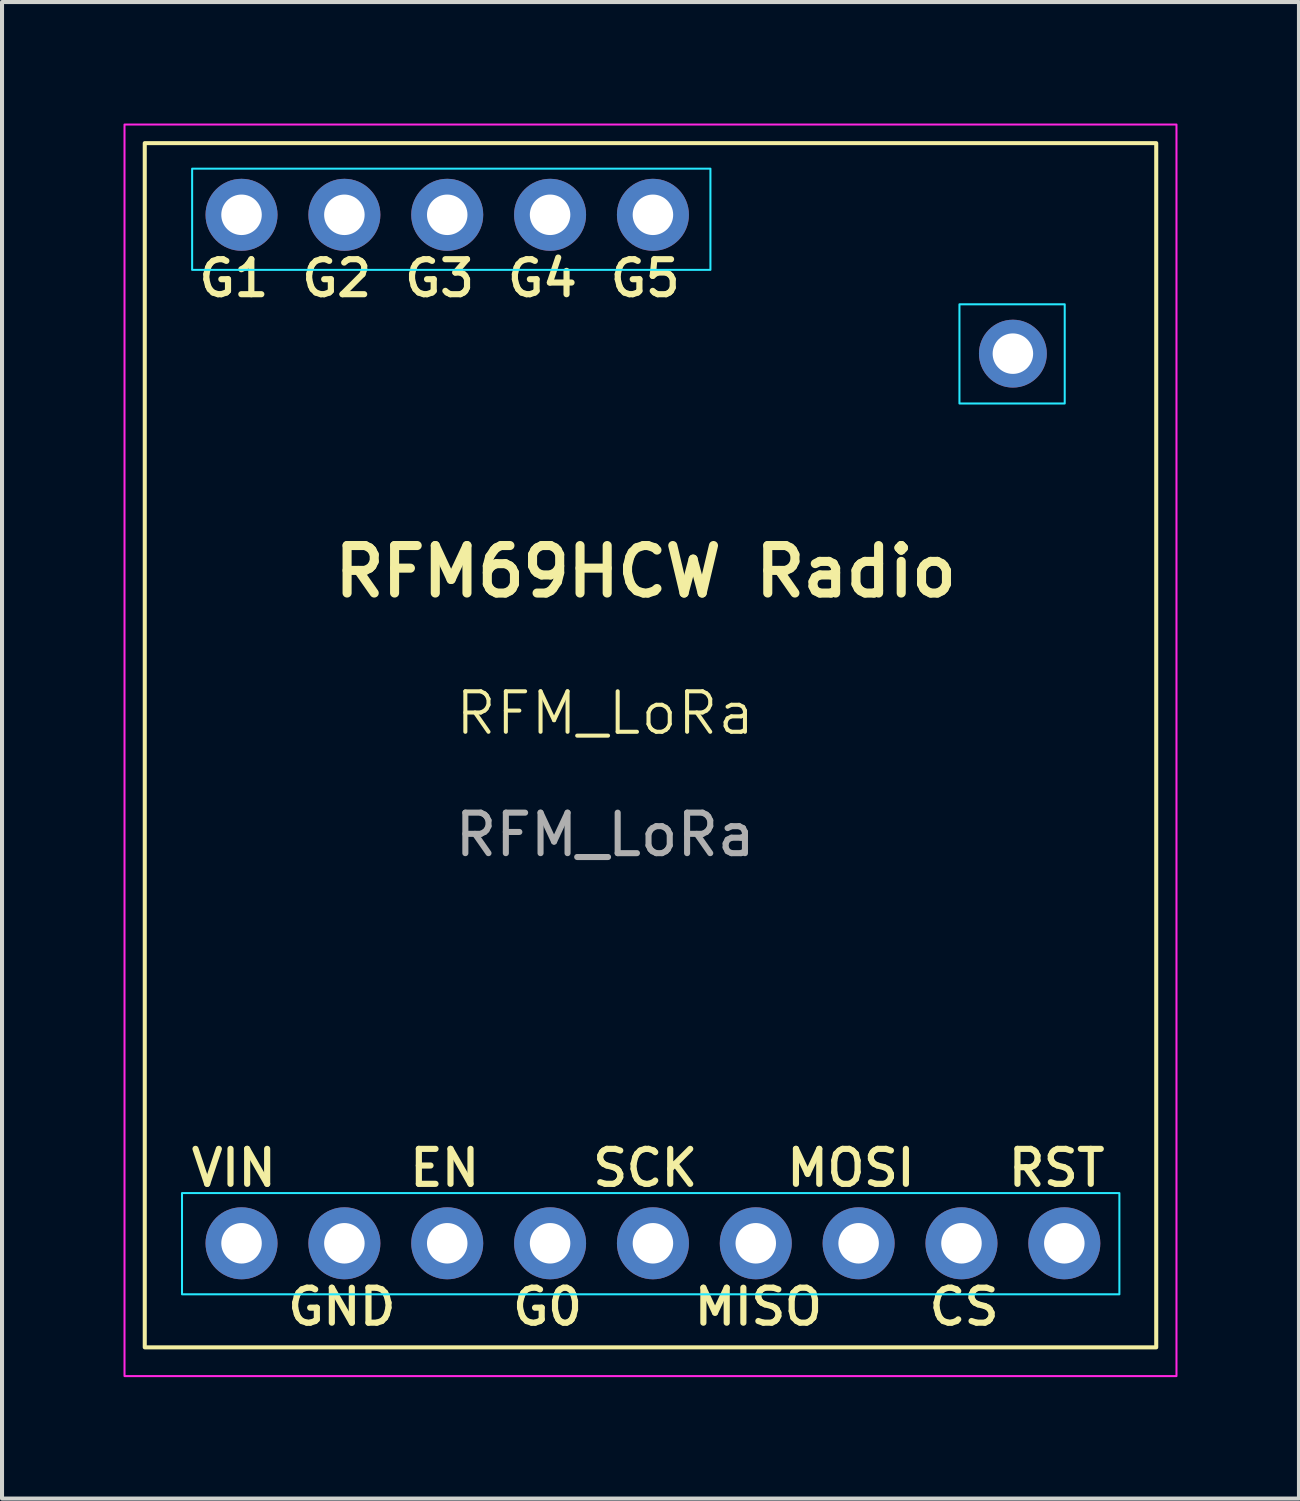
<source format=kicad_pcb>
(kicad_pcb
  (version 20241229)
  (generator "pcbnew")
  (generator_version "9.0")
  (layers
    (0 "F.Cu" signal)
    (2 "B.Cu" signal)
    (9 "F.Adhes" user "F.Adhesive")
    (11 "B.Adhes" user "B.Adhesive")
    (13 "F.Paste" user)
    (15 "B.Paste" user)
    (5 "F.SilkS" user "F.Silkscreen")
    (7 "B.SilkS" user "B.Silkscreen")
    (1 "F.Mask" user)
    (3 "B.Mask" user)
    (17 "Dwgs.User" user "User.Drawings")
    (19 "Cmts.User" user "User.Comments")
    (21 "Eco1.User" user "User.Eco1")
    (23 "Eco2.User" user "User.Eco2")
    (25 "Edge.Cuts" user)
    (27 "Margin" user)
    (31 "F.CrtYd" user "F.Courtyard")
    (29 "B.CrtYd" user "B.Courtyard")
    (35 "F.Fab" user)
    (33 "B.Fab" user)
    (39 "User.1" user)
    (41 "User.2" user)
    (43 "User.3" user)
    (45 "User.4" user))
  (footprint "RFM_LoRa"
    (layer "F.Cu")
    (at 11.895 15.065)
    (property "Reference" "RFM_LoRa" (at 0 -0.5 0) (unlocked yes) (layer "F.SilkS") (effects (font (size 1 1) (thickness 0.1))))
    (attr smd)
    (fp_rect (start -11.37 -14.58) (end 13.61 15.16) (stroke (width 0.1) (type default)) (fill no) (layer "F.SilkS"))
    (fp_rect (start -10.45 11.35) (end 12.7 13.85) (stroke (width 0.05) (type default)) (fill no) (layer "B.CrtYd"))
    (fp_rect (start -10.2 -13.95) (end 2.6 -11.45) (stroke (width 0.05) (type default)) (fill no) (layer "B.CrtYd"))
    (fp_rect (start 8.75 -10.6) (end 11.35 -8.15) (stroke (width 0.05) (type default)) (fill no) (layer "B.CrtYd"))
    (fp_rect (start -11.87 -15.04) (end 14.11 15.87) (stroke (width 0.05) (type default)) (fill no) (layer "F.CrtYd"))
    (fp_text user "G5" (at 0.99 -11.241 0) (unlocked yes) (layer "F.SilkS") (effects (font (size 0.864 0.864) (thickness 0.152))))
    (fp_text user "G4" (at -1.55 -11.241 0) (unlocked yes) (layer "F.SilkS") (effects (font (size 0.864 0.864) (thickness 0.152))))
    (fp_text user "MISO" (at 3.784 14.159 0) (unlocked yes) (layer "F.SilkS") (effects (font (size 0.864 0.864) (thickness 0.152))))
    (fp_text user "MOSI" (at 6.07 10.73 0) (unlocked yes) (layer "F.SilkS") (effects (font (size 0.864 0.864) (thickness 0.152))))
    (fp_text user "SCK" (at 0.99 10.73 0) (unlocked yes) (layer "F.SilkS") (effects (font (size 0.864 0.864) (thickness 0.152))))
    (fp_text user "CS" (at 8.864 14.159 0) (unlocked yes) (layer "F.SilkS") (effects (font (size 0.864 0.864) (thickness 0.152))))
    (fp_text user "G3" (at -4.09 -11.241 0) (unlocked yes) (layer "F.SilkS") (effects (font (size 0.864 0.864) (thickness 0.152))))
    (fp_text user "GND" (at -6.503 14.159 0) (unlocked yes) (layer "F.SilkS") (effects (font (size 0.864 0.864) (thickness 0.152))))
    (fp_text user "EN" (at -3.963 10.73 0) (unlocked yes) (layer "F.SilkS") (effects (font (size 0.864 0.864) (thickness 0.152))))
    (fp_text user "RFM69HCW Radio" (at 1 -4 0) (unlocked yes) (layer "F.SilkS") (effects (font (size 1.173 1.173) (thickness 0.224))))
    (fp_text user "G0" (at -1.423 14.159 0) (unlocked yes) (layer "F.SilkS") (effects (font (size 0.864 0.864) (thickness 0.152))))
    (fp_text user "RST" (at 11.15 10.73 0) (unlocked yes) (layer "F.SilkS") (effects (font (size 0.864 0.864) (thickness 0.152))))
    (fp_text user "G2" (at -6.63 -11.241 0) (unlocked yes) (layer "F.SilkS") (effects (font (size 0.864 0.864) (thickness 0.152))))
    (fp_text user "G1" (at -9.17 -11.241 0) (unlocked yes) (layer "F.SilkS") (effects (font (size 0.864 0.864) (thickness 0.152))))
    (fp_text user "VIN" (at -9.17 10.73 0) (unlocked yes) (layer "F.SilkS") (effects (font (size 0.864 0.864) (thickness 0.152))))
    (fp_text user "${REFERENCE}" (at 0 2.5 0) (unlocked yes) (layer "F.Fab") (effects (font (size 1 1) (thickness 0.15))))
    (pad "1" thru_hole circle (at -8.98 12.59 90) (size 1.778 1.778) (drill 1) (layers "*.Cu" "*.Mask"))
    (pad "2" thru_hole circle (at -6.44 12.59 90) (size 1.778 1.778) (drill 1) (layers "*.Cu" "*.Mask"))
    (pad "3" thru_hole circle (at -3.9 12.59 90) (size 1.778 1.778) (drill 1) (layers "*.Cu" "*.Mask"))
    (pad "4" thru_hole circle (at -1.36 12.59 90) (size 1.778 1.778) (drill 1) (layers "*.Cu" "*.Mask"))
    (pad "5" thru_hole circle (at 1.18 12.59 90) (size 1.778 1.778) (drill 1) (layers "*.Cu" "*.Mask"))
    (pad "6" thru_hole circle (at 3.72 12.59 90) (size 1.778 1.778) (drill 1) (layers "*.Cu" "*.Mask"))
    (pad "7" thru_hole circle (at 6.26 12.59 90) (size 1.778 1.778) (drill 1) (layers "*.Cu" "*.Mask"))
    (pad "8" thru_hole circle (at 8.8 12.59 90) (size 1.778 1.778) (drill 1) (layers "*.Cu" "*.Mask"))
    (pad "9" thru_hole circle (at 11.34 12.59 90) (size 1.778 1.778) (drill 1) (layers "*.Cu" "*.Mask"))
    (pad "10" thru_hole circle (at -8.98 -12.81 90) (size 1.778 1.778) (drill 1) (layers "*.Cu" "*.Mask"))
    (pad "11" thru_hole circle (at -6.44 -12.81 90) (size 1.778 1.778) (drill 1) (layers "*.Cu" "*.Mask"))
    (pad "12" thru_hole circle (at -3.9 -12.81 90) (size 1.778 1.778) (drill 1) (layers "*.Cu" "*.Mask"))
    (pad "13" thru_hole circle (at -1.36 -12.81 90) (size 1.778 1.778) (drill 1) (layers "*.Cu" "*.Mask"))
    (pad "14" thru_hole circle (at 1.18 -12.81 90) (size 1.778 1.778) (drill 1) (layers "*.Cu" "*.Mask"))
    (pad "15" thru_hole circle (at 10.07 -9.381 90) (size 1.676 1.676) (drill 1) (layers "*.Cu" "*.Mask")))
  (gr_rect
    (start -3 -3)
    (end 29.03 33.96)
    (stroke (width 0.1) (type default))
    (fill no)
    (layer "Edge.Cuts")))
</source>
